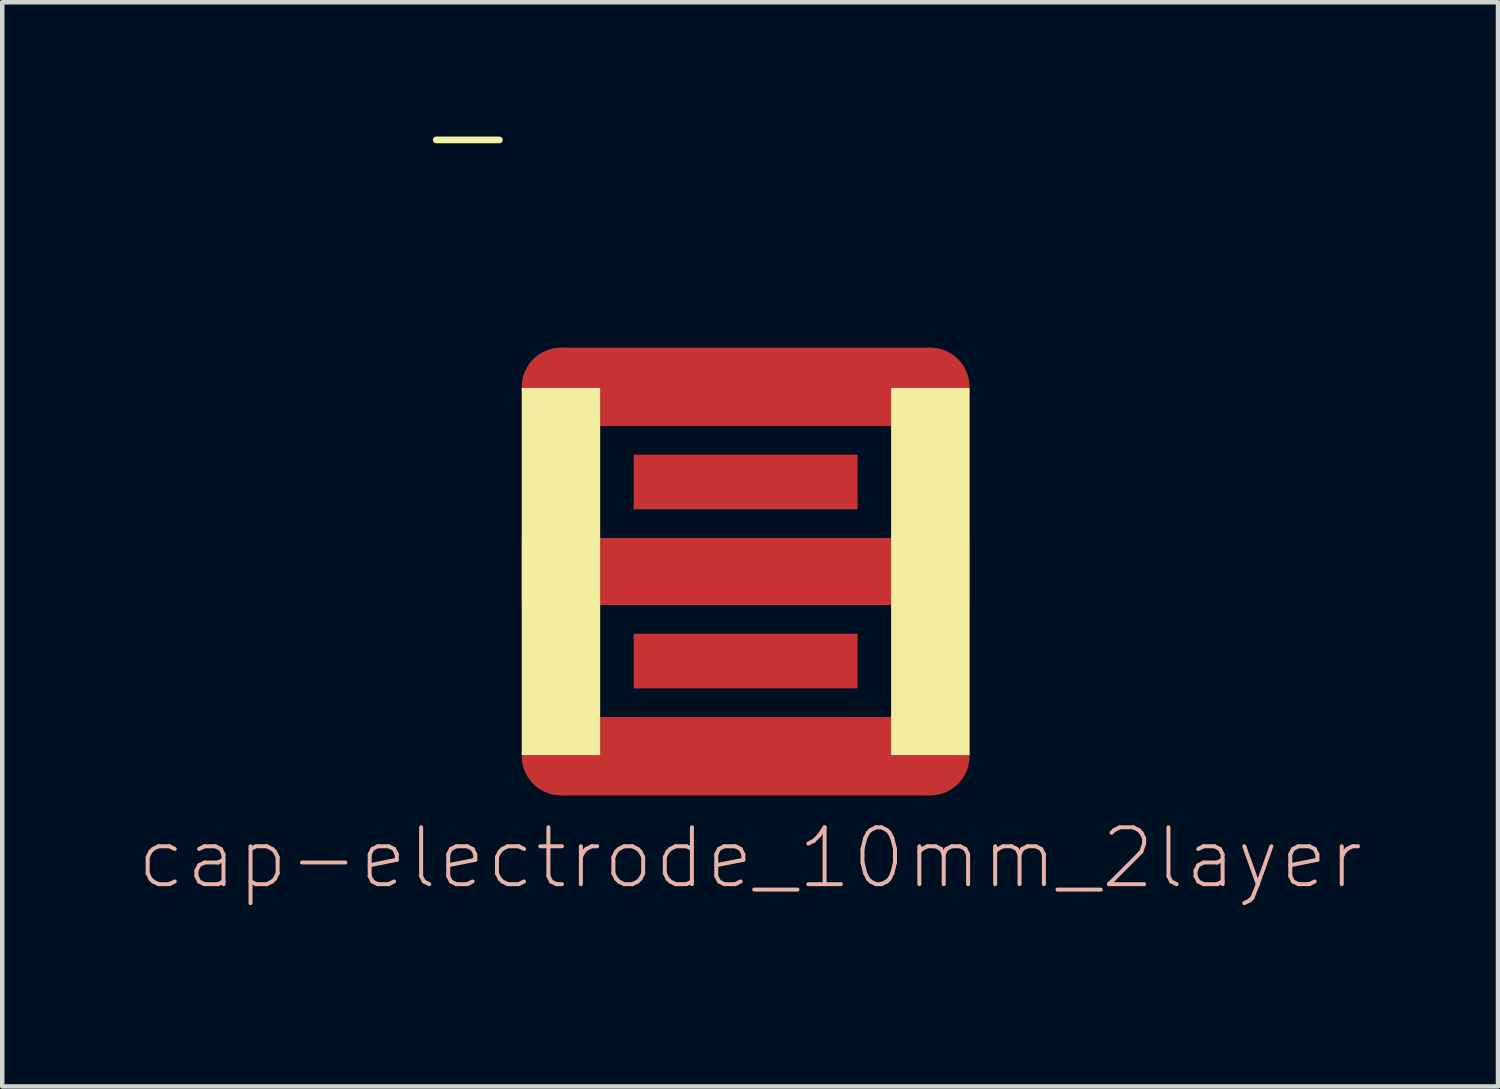
<source format=kicad_pcb>
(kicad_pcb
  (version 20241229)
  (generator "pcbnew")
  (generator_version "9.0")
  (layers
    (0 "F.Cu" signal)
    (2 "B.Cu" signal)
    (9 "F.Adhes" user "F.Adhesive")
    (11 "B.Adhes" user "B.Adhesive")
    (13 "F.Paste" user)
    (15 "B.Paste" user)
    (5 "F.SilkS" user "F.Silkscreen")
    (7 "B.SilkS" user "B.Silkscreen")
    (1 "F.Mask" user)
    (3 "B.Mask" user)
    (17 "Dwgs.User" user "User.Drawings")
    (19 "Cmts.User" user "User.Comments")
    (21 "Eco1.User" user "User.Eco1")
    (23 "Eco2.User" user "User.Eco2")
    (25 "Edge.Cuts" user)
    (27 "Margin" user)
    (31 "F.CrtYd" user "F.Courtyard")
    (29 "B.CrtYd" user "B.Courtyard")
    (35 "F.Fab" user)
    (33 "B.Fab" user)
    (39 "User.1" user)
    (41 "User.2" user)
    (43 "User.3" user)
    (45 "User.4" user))
  (footprint "cap-electrode_10mm_2layer"
    (layer "F.Cu")
    (at 13.604 9.715)
    (property "Reference" "cap-electrode_10mm_2layer" (at 0.1 6.4 0) (layer "B.SilkS") (effects (font (size 1.27 1.27) (thickness 0.089))))
    (attr smd)
    (fp_line (start -6.91 -9.64) (end -5.5 -9.64) (stroke (width 0.15) (type solid)) (layer "F.SilkS"))
    (fp_line (start -8.5 -6.5) (end -8.5 -3.5) (stroke (width 0.00012) (type solid)) (layer "Dwgs.User"))
    (fp_line (start -8.5 -3.5) (end -7.5 -3.5) (stroke (width 0.00012) (type solid)) (layer "Dwgs.User"))
    (fp_line (start -7.5 -3.5) (end -7.5 -6.5) (stroke (width 0.00012) (type solid)) (layer "Dwgs.User"))
    (fp_line (start -6.5 -8.5) (end -3.5 -8.5) (stroke (width 0.00012) (type solid)) (layer "Dwgs.User"))
    (fp_line (start -6 -4) (end -6 -1) (stroke (width 0.00012) (type solid)) (layer "Dwgs.User"))
    (fp_line (start -6 -1) (end -5 -1) (stroke (width 0.00012) (type solid)) (layer "Dwgs.User"))
    (fp_line (start -6 1) (end -5 1) (stroke (width 0.00012) (type solid)) (layer "Dwgs.User"))
    (fp_line (start -6 4) (end -6 1) (stroke (width 0.00012) (type solid)) (layer "Dwgs.User"))
    (fp_line (start -5 -1) (end -5 -4) (stroke (width 0.00012) (type solid)) (layer "Dwgs.User"))
    (fp_line (start -5 1) (end -5 4) (stroke (width 0.00012) (type solid)) (layer "Dwgs.User"))
    (fp_line (start -4 -6) (end -1 -6) (stroke (width 0.00012) (type solid)) (layer "Dwgs.User"))
    (fp_line (start -4 6) (end -1 6) (stroke (width 0.00012) (type solid)) (layer "Dwgs.User"))
    (fp_line (start -3.5 -8.5) (end -3.5 -7.5) (stroke (width 0.00012) (type solid)) (layer "Dwgs.User"))
    (fp_line (start -3.5 -7.5) (end -6.5 -7.5) (stroke (width 0.00012) (type solid)) (layer "Dwgs.User"))
    (fp_line (start -1 -6) (end -1 -5) (stroke (width 0.00012) (type solid)) (layer "Dwgs.User"))
    (fp_line (start -1 -5) (end -4 -5) (stroke (width 0.00012) (type solid)) (layer "Dwgs.User"))
    (fp_line (start -1 5) (end -4 5) (stroke (width 0.00012) (type solid)) (layer "Dwgs.User"))
    (fp_line (start -1 6) (end -1 5) (stroke (width 0.00012) (type solid)) (layer "Dwgs.User"))
    (fp_line (start 1 -6) (end 1 -5) (stroke (width 0.00012) (type solid)) (layer "Dwgs.User"))
    (fp_line (start 1 -5) (end 4 -5) (stroke (width 0.00012) (type solid)) (layer "Dwgs.User"))
    (fp_line (start 1 5) (end 4 5) (stroke (width 0.00012) (type solid)) (layer "Dwgs.User"))
    (fp_line (start 1 6) (end 1 5) (stroke (width 0.00012) (type solid)) (layer "Dwgs.User"))
    (fp_line (start 3.5 7.5) (end 6.5 7.5) (stroke (width 0.00012) (type solid)) (layer "Dwgs.User"))
    (fp_line (start 3.5 8.5) (end 3.5 7.5) (stroke (width 0.00012) (type solid)) (layer "Dwgs.User"))
    (fp_line (start 4 -6) (end 1 -6) (stroke (width 0.00012) (type solid)) (layer "Dwgs.User"))
    (fp_line (start 4 6) (end 1 6) (stroke (width 0.00012) (type solid)) (layer "Dwgs.User"))
    (fp_line (start 5 -1) (end 5 -4) (stroke (width 0.00012) (type solid)) (layer "Dwgs.User"))
    (fp_line (start 5 1) (end 5 4) (stroke (width 0.00012) (type solid)) (layer "Dwgs.User"))
    (fp_line (start 6 -4) (end 6 -1) (stroke (width 0.00012) (type solid)) (layer "Dwgs.User"))
    (fp_line (start 6 -1) (end 5 -1) (stroke (width 0.00012) (type solid)) (layer "Dwgs.User"))
    (fp_line (start 6 1) (end 5 1) (stroke (width 0.00012) (type solid)) (layer "Dwgs.User"))
    (fp_line (start 6 4) (end 6 1) (stroke (width 0.00012) (type solid)) (layer "Dwgs.User"))
    (fp_line (start 6.5 8.5) (end 3.5 8.5) (stroke (width 0.00012) (type solid)) (layer "Dwgs.User"))
    (fp_line (start 6.5 8.5) (end 3.5 8.5) (stroke (width 0.00012) (type solid)) (layer "Dwgs.User"))
    (fp_line (start 7.5 3.5) (end 7.5 6.5) (stroke (width 0.00012) (type solid)) (layer "Dwgs.User"))
    (fp_line (start 8.5 3.5) (end 7.5 3.5) (stroke (width 0.00012) (type solid)) (layer "Dwgs.User"))
    (fp_line (start 8.5 6.5) (end 8.5 3.5) (stroke (width 0.00012) (type solid)) (layer "Dwgs.User"))
    (fp_line (start 8.5 6.5) (end 8.5 3.5) (stroke (width 0.00012) (type solid)) (layer "Dwgs.User"))
    (fp_arc (start -8.5 -6.5) (mid -7.914214 -7.914214) (end -6.5 -8.5) (stroke (width 0.00012) (type solid)) (layer "Dwgs.User"))
    (fp_arc (start -7.5 -6.5) (mid -7.207107 -7.207107) (end -6.5 -7.5) (stroke (width 0.00012) (type solid)) (layer "Dwgs.User"))
    (fp_arc (start -6 -4) (mid -5.414214 -5.414214) (end -4 -6) (stroke (width 0.00012) (type solid)) (layer "Dwgs.User"))
    (fp_arc (start -5 -4) (mid -4.707107 -4.707107) (end -4 -5) (stroke (width 0.00012) (type solid)) (layer "Dwgs.User"))
    (fp_arc (start -4 5) (mid -4.707107 4.707107) (end -5 4) (stroke (width 0.00012) (type solid)) (layer "Dwgs.User"))
    (fp_arc (start -4 6) (mid -5.414214 5.414214) (end -6 4) (stroke (width 0.00012) (type solid)) (layer "Dwgs.User"))
    (fp_arc (start 4 -6) (mid 5.414214 -5.414214) (end 6 -4) (stroke (width 0.00012) (type solid)) (layer "Dwgs.User"))
    (fp_arc (start 4 -5) (mid 4.707107 -4.707107) (end 5 -4) (stroke (width 0.00012) (type solid)) (layer "Dwgs.User"))
    (fp_arc (start 5 4) (mid 4.707107 4.707107) (end 4 5) (stroke (width 0.00012) (type solid)) (layer "Dwgs.User"))
    (fp_arc (start 6 4) (mid 5.414214 5.414214) (end 4 6) (stroke (width 0.00012) (type solid)) (layer "Dwgs.User"))
    (fp_arc (start 7.5 6.5) (mid 7.207107 7.207107) (end 6.5 7.5) (stroke (width 0.00012) (type solid)) (layer "Dwgs.User"))
    (fp_arc (start 8.5 6.5) (mid 7.914214 7.914214) (end 6.5 8.5) (stroke (width 0.00012) (type solid)) (layer "Dwgs.User"))
    (pad "1" smd oval (at -4.125 -4.125) (size 1.75 1.75) (layers "F.Cu" "F.Mask"))
    (pad "1" smd rect (at -4.125 0) (size 1.75 8.2) (layers "F.Cu" "F.Mask" "F.SilkS"))
    (pad "1" smd oval (at -4.125 4.125) (size 1.75 1.75) (layers "F.Cu" "F.Mask"))
    (pad "1" smd rect (at 0 -4.125) (size 8.25 1.75) (layers "F.Cu" "F.Mask"))
    (pad "1" smd rect (at 0 0) (size 10 1.5) (layers "F.Cu" "F.Mask"))
    (pad "1" smd rect (at 0 4.125) (size 8.25 1.75) (layers "F.Cu" "F.Mask"))
    (pad "1" smd oval (at 4.125 -4.125) (size 1.75 1.75) (layers "F.Cu" "F.Mask"))
    (pad "1" smd rect (at 4.125 0) (size 1.75 8.2) (layers "F.Cu" "F.Mask" "F.SilkS"))
    (pad "1" smd oval (at 4.125 4.125) (size 1.75 1.75) (layers "F.Cu" "F.Mask"))
    (pad "2" smd rect (at 0 -2) (size 5 1.22) (layers "F.Cu" "F.Mask"))
    (pad "2" smd rect (at 0 2) (size 5 1.22) (layers "F.Cu" "F.Mask")))
  (gr_rect
    (start -3 -3)
    (end 30.408 21.215)
    (stroke (width 0.1) (type default))
    (fill no)
    (layer "Edge.Cuts")))
</source>
